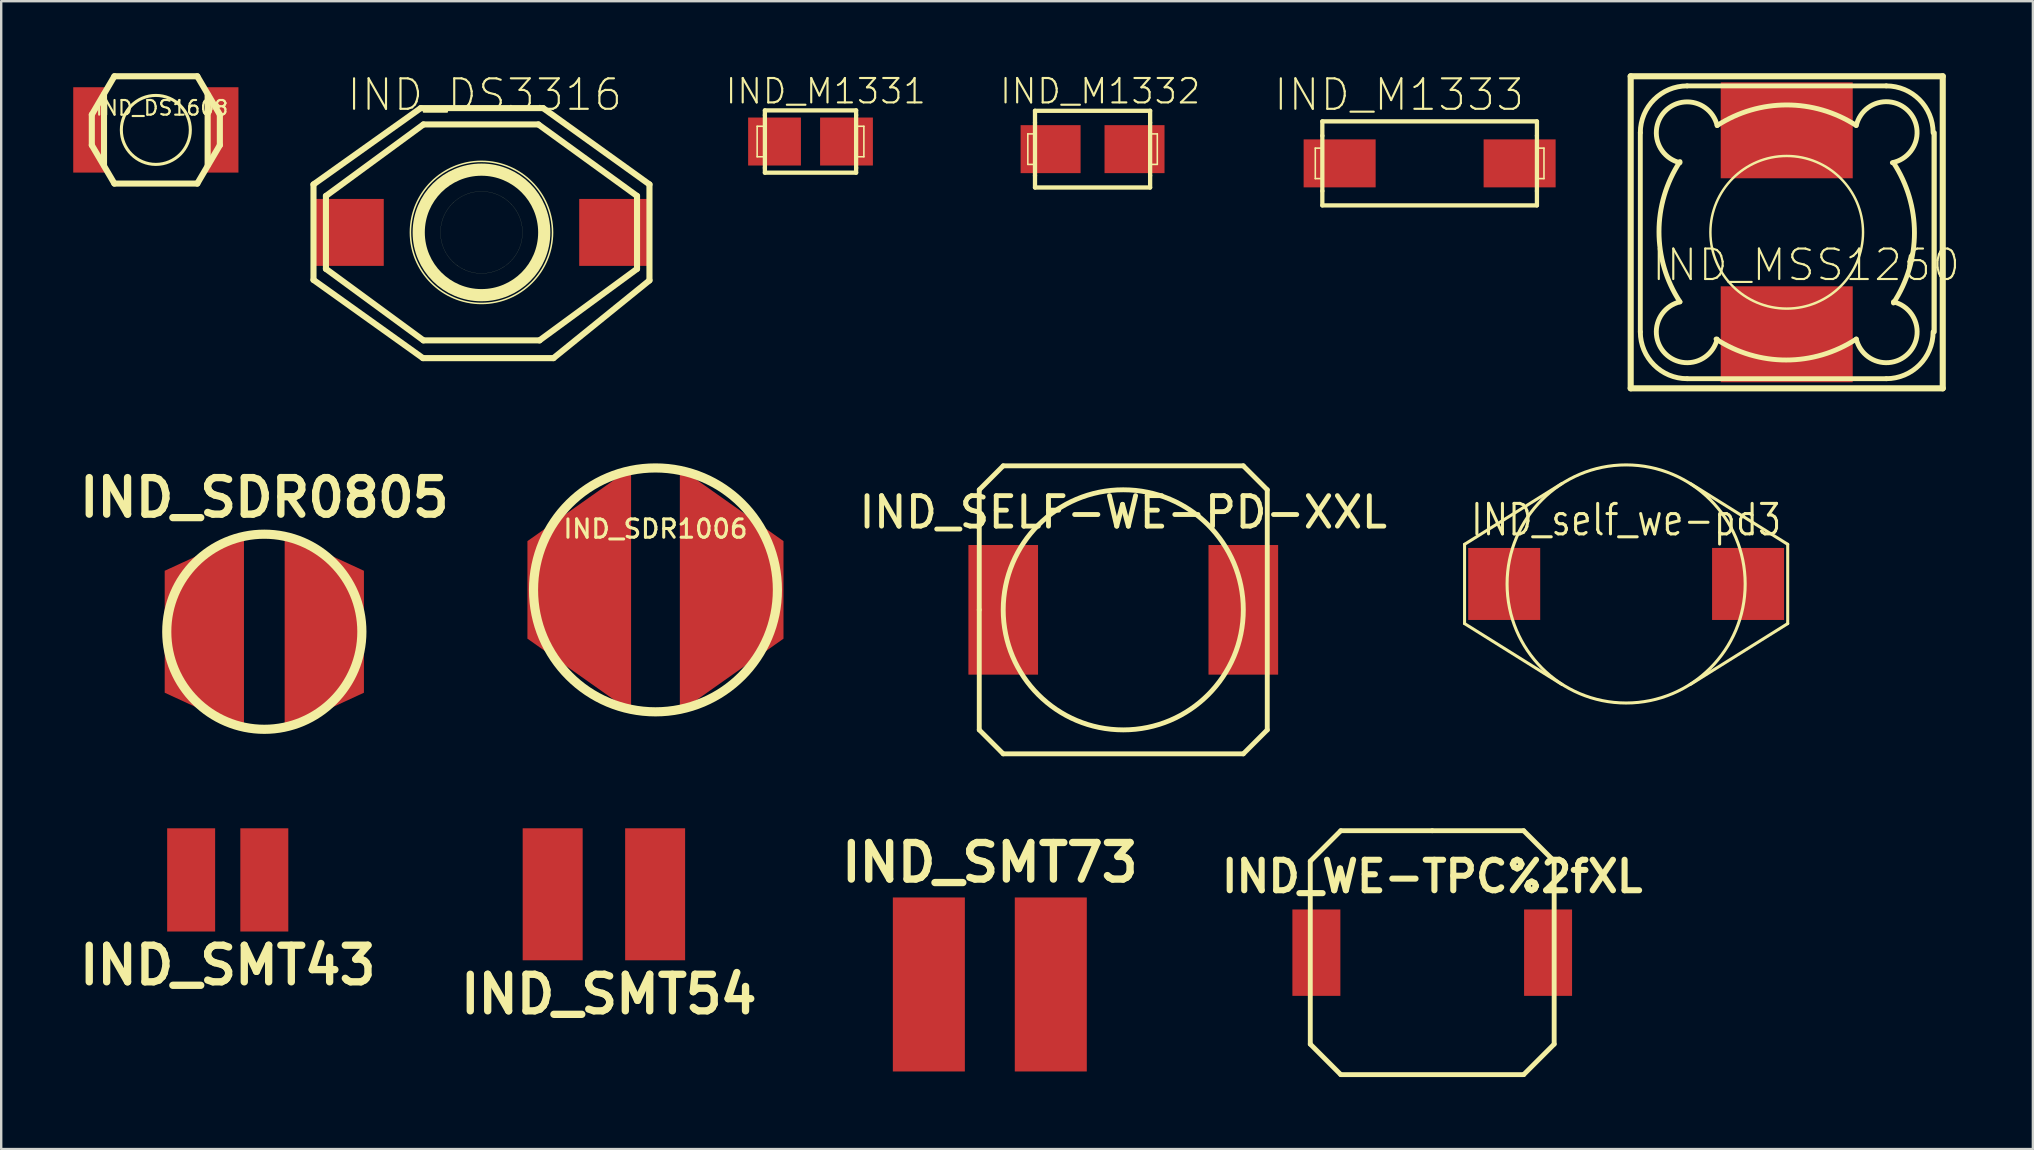
<source format=kicad_pcb>
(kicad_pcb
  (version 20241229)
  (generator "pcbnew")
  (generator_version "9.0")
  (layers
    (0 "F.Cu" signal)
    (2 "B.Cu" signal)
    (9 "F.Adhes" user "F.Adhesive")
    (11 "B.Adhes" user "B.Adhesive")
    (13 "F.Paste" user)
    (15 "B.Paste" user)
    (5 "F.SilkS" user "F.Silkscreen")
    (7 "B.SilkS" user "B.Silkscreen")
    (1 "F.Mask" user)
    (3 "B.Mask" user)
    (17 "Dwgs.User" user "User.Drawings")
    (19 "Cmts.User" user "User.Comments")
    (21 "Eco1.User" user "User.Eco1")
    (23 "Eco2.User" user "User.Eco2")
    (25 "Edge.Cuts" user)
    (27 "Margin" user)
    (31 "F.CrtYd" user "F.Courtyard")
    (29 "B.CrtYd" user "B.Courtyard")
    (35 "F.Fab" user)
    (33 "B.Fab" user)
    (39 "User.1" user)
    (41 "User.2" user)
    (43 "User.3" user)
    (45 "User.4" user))
  (footprint "IND_WE-TPC%2fXL"
    (layer "F.Cu")
    (at 56.615 36.637)
    (property "Reference" "IND_WE-TPC%2fXL" (at 0 -3.175 0) (layer "F.SilkS") (effects (font (size 1.27 1.27) (thickness 0.254))))
    (attr smd)
    (fp_line (start -5.08 -3.81) (end -3.81 -5.08) (stroke (width 0.203) (type solid)) (layer "F.SilkS"))
    (fp_line (start -5.08 3.81) (end -5.08 -3.81) (stroke (width 0.203) (type solid)) (layer "F.SilkS"))
    (fp_line (start -3.81 -5.08) (end 0 -5.08) (stroke (width 0.203) (type solid)) (layer "F.SilkS"))
    (fp_line (start -3.81 5.08) (end -5.08 3.81) (stroke (width 0.203) (type solid)) (layer "F.SilkS"))
    (fp_line (start 0 -5.08) (end 3.81 -5.08) (stroke (width 0.203) (type solid)) (layer "F.SilkS"))
    (fp_line (start 3.81 -5.08) (end 5.08 -3.81) (stroke (width 0.203) (type solid)) (layer "F.SilkS"))
    (fp_line (start 3.81 5.08) (end -3.81 5.08) (stroke (width 0.203) (type solid)) (layer "F.SilkS"))
    (fp_line (start 5.08 -3.81) (end 5.08 3.81) (stroke (width 0.203) (type solid)) (layer "F.SilkS"))
    (fp_line (start 5.08 3.81) (end 3.81 5.08) (stroke (width 0.203) (type solid)) (layer "F.SilkS"))
    (fp_text user "" (at 0 0 0) (layer "F.SilkS") (effects (font (size 1.016 1.016) (thickness 0.254))))
    (fp_text user "" (at 0 0 0) (layer "F.SilkS") (effects (font (size 1.016 1.016) (thickness 0.254))))
    (pad "1" smd rect (at -4.826 0) (size 1.999 3.599) (layers "F.Cu" "F.Mask" "F.Paste"))
    (pad "2" smd rect (at 4.826 0) (size 1.999 3.599) (layers "F.Cu" "F.Mask" "F.Paste")))
  (footprint "IND_SMT43"
    (layer "F.Cu")
    (at 6.437 33.606)
    (property "Reference" "IND_SMT43" (at 0 3.556 0) (layer "F.SilkS") (effects (font (size 1.524 1.524) (thickness 0.305))))
    (attr through_hole)
    (pad "1" smd rect (at -1.524 0) (size 1.999 4.3) (layers "F.Cu" "F.Mask" "F.Paste"))
    (pad "2" smd rect (at 1.524 0) (size 1.999 4.3) (layers "F.Cu" "F.Mask" "F.Paste")))
  (footprint "IND_DS3316"
    (layer "F.Cu")
    (at 17.008 6.632)
    (property "Reference" "IND_DS3316" (at 0.135 -5.733 0) (layer "F.SilkS") (effects (font (size 1.27 1.27) (thickness 0.089))))
    (attr smd)
    (fp_line (start -6.998 -1.999) (end -2.53 -5.179) (stroke (width 0.254) (type solid)) (layer "F.SilkS"))
    (fp_line (start -6.998 1.979) (end -6.998 -1.999) (stroke (width 0.254) (type solid)) (layer "F.SilkS"))
    (fp_line (start -6.48 -1.519) (end -2.418 -4.498) (stroke (width 0.254) (type solid)) (layer "F.SilkS"))
    (fp_line (start -6.48 1.519) (end -6.48 -1.519) (stroke (width 0.254) (type solid)) (layer "F.SilkS"))
    (fp_line (start -2.438 5.237) (end -6.998 1.979) (stroke (width 0.254) (type solid)) (layer "F.SilkS"))
    (fp_line (start -2.418 -4.498) (end 2.37 -4.498) (stroke (width 0.254) (type solid)) (layer "F.SilkS"))
    (fp_line (start -2.418 4.498) (end -6.48 1.519) (stroke (width 0.254) (type solid)) (layer "F.SilkS"))
    (fp_line (start 2.37 -4.498) (end 6.48 -1.519) (stroke (width 0.254) (type solid)) (layer "F.SilkS"))
    (fp_line (start 2.418 4.498) (end -2.418 4.498) (stroke (width 0.254) (type solid)) (layer "F.SilkS"))
    (fp_line (start 2.568 -5.179) (end -2.53 -5.179) (stroke (width 0.254) (type solid)) (layer "F.SilkS"))
    (fp_line (start 3 5.237) (end -2.438 5.237) (stroke (width 0.254) (type solid)) (layer "F.SilkS"))
    (fp_line (start 6.48 -1.519) (end 6.48 1.519) (stroke (width 0.254) (type solid)) (layer "F.SilkS"))
    (fp_line (start 6.48 1.519) (end 2.418 4.498) (stroke (width 0.254) (type solid)) (layer "F.SilkS"))
    (fp_line (start 6.998 -1.999) (end 2.568 -5.179) (stroke (width 0.254) (type solid)) (layer "F.SilkS"))
    (fp_line (start 6.998 1.999) (end 3 5.237) (stroke (width 0.254) (type solid)) (layer "F.SilkS"))
    (fp_line (start 6.998 1.999) (end 6.998 -1.999) (stroke (width 0.254) (type solid)) (layer "F.SilkS"))
    (fp_circle (center 0 0) (end -2.093 2.093) (stroke (width 0.064) (type solid)) (fill no) (layer "F.SilkS"))
    (fp_circle (center 0 0) (end -1.849 1.849) (stroke (width 0.508) (type solid)) (fill no) (layer "F.SilkS"))
    (fp_circle (center 0 0) (end -1.209 1.209) (stroke (width 0.003) (type solid)) (fill no) (layer "F.SilkS"))
    (pad "1" smd rect (at -5.53 0) (size 2.918 2.789) (layers "F.Cu" "F.Mask" "F.Paste"))
    (pad "2" smd rect (at 5.53 0) (size 2.918 2.789) (layers "F.Cu" "F.Mask" "F.Paste")))
  (footprint "IND_SMT73"
    (layer "F.Cu")
    (at 38.185 37.962)
    (property "Reference" "IND_SMT73" (at 0 -5.08 0) (layer "F.SilkS") (effects (font (size 1.524 1.524) (thickness 0.305))))
    (attr through_hole)
    (pad "1" smd rect (at -2.54 0) (size 3 7.249) (layers "F.Cu" "F.Mask" "F.Paste"))
    (pad "2" smd rect (at 2.54 0) (size 3 7.249) (layers "F.Cu" "F.Mask" "F.Paste")))
  (footprint "IND_M1333"
    (layer "F.Cu")
    (at 56.507 3.756)
    (property "Reference" "IND_M1333" (at -1.27 -2.857 0) (layer "F.SilkS") (effects (font (size 1.27 1.27) (thickness 0.089))))
    (attr smd)
    (fp_line (start -4.763 -0.635) (end -4.445 -0.635) (stroke (width 0.066) (type solid)) (layer "F.SilkS"))
    (fp_line (start -4.763 0.635) (end -4.763 -0.635) (stroke (width 0.066) (type solid)) (layer "F.SilkS"))
    (fp_line (start -4.763 0.635) (end -4.445 0.635) (stroke (width 0.066) (type solid)) (layer "F.SilkS"))
    (fp_line (start -4.47 -1.75) (end 4.47 -1.75) (stroke (width 0.178) (type solid)) (layer "F.SilkS"))
    (fp_line (start -4.47 -1.151) (end -4.47 -1.75) (stroke (width 0.178) (type solid)) (layer "F.SilkS"))
    (fp_line (start -4.47 1.151) (end -4.47 -1.151) (stroke (width 0.178) (type solid)) (layer "F.SilkS"))
    (fp_line (start -4.47 1.75) (end -4.47 1.151) (stroke (width 0.178) (type solid)) (layer "F.SilkS"))
    (fp_line (start -4.445 0.635) (end -4.445 -0.635) (stroke (width 0.066) (type solid)) (layer "F.SilkS"))
    (fp_line (start 4.445 -0.635) (end 4.763 -0.635) (stroke (width 0.066) (type solid)) (layer "F.SilkS"))
    (fp_line (start 4.445 0.635) (end 4.445 -0.635) (stroke (width 0.066) (type solid)) (layer "F.SilkS"))
    (fp_line (start 4.445 0.635) (end 4.763 0.635) (stroke (width 0.066) (type solid)) (layer "F.SilkS"))
    (fp_line (start 4.47 -1.75) (end 4.47 -1.151) (stroke (width 0.178) (type solid)) (layer "F.SilkS"))
    (fp_line (start 4.47 -1.151) (end 4.47 1.151) (stroke (width 0.178) (type solid)) (layer "F.SilkS"))
    (fp_line (start 4.47 1.151) (end 4.47 1.75) (stroke (width 0.178) (type solid)) (layer "F.SilkS"))
    (fp_line (start 4.47 1.75) (end -4.47 1.75) (stroke (width 0.178) (type solid)) (layer "F.SilkS"))
    (fp_line (start 4.763 0.635) (end 4.763 -0.635) (stroke (width 0.066) (type solid)) (layer "F.SilkS"))
    (pad "1" smd rect (at -3.749 0) (size 3 1.999) (layers "F.Cu" "F.Mask" "F.Paste"))
    (pad "2" smd rect (at 3.749 0) (size 3 1.999) (layers "F.Cu" "F.Mask" "F.Paste")))
  (footprint "IND_SDR1006"
    (layer "F.Cu")
    (at 24.256 21.524)
    (property "Reference" "IND_SDR1006" (at 0 -2.54 0) (layer "F.SilkS") (effects (font (size 0.762 0.762) (thickness 0.127))))
    (attr through_hole)
    (fp_circle (center 0 0) (end -5.08 0) (stroke (width 0.381) (type solid)) (fill no) (layer "F.SilkS"))
    (pad "1" smd trapezoid (at -3.175 0 180) (size 4.318 7.112) (rect_delta 3.048 0) (layers "F.Cu" "F.Mask" "F.Paste"))
    (pad "2" smd trapezoid (at 3.175 0) (size 4.318 7.112) (rect_delta 3.048 0) (layers "F.Cu" "F.Mask" "F.Paste")))
  (footprint "IND_DS1608"
    (layer "F.Cu")
    (at 3.442 2.362)
    (property "Reference" "IND_DS1608" (at 0.254 -0.914 0) (layer "F.SilkS") (effects (font (size 0.61 0.61) (thickness 0.089))))
    (attr smd)
    (fp_line (start -2.667 -0.635) (end -1.727 -2.235) (stroke (width 0.254) (type solid)) (layer "F.SilkS"))
    (fp_line (start -2.667 0.635) (end -2.667 -0.635) (stroke (width 0.254) (type solid)) (layer "F.SilkS"))
    (fp_line (start -2.159 1.473) (end -2.159 -1.473) (stroke (width 0.254) (type solid)) (layer "F.SilkS"))
    (fp_line (start -1.727 -2.235) (end 1.727 -2.235) (stroke (width 0.254) (type solid)) (layer "F.SilkS"))
    (fp_line (start -1.727 2.235) (end -2.667 0.635) (stroke (width 0.254) (type solid)) (layer "F.SilkS"))
    (fp_line (start 1.727 -2.235) (end 2.667 -0.635) (stroke (width 0.254) (type solid)) (layer "F.SilkS"))
    (fp_line (start 1.727 2.235) (end -1.727 2.235) (stroke (width 0.254) (type solid)) (layer "F.SilkS"))
    (fp_line (start 2.159 -1.473) (end 2.159 1.473) (stroke (width 0.254) (type solid)) (layer "F.SilkS"))
    (fp_line (start 2.667 -0.635) (end 2.667 0.635) (stroke (width 0.254) (type solid)) (layer "F.SilkS"))
    (fp_line (start 2.667 0) (end 2.667 0.635) (stroke (width 0.003) (type solid)) (layer "F.SilkS"))
    (fp_line (start 2.667 0.635) (end 1.727 2.235) (stroke (width 0.254) (type solid)) (layer "F.SilkS"))
    (fp_circle (center 0 0) (end -1.016 1.016) (stroke (width 0.127) (type solid)) (fill no) (layer "F.SilkS"))
    (pad "1" smd rect (at -2.743 0) (size 1.397 3.556) (layers "F.Cu" "F.Mask" "F.Paste"))
    (pad "2" smd rect (at 2.743 0) (size 1.397 3.556) (layers "F.Cu" "F.Mask" "F.Paste")))
  (footprint "IND_SELF-WE-PD-XXL"
    (layer "F.Cu")
    (at 43.744 22.355)
    (property "Reference" "IND_SELF-WE-PD-XXL" (at 0 -4.064 0) (layer "F.SilkS") (effects (font (size 1.27 1.27) (thickness 0.203))))
    (attr smd)
    (fp_line (start -5.999 -5.001) (end -5.001 -5.999) (stroke (width 0.203) (type solid)) (layer "F.SilkS"))
    (fp_line (start -5.999 0) (end -5.999 -5.001) (stroke (width 0.203) (type solid)) (layer "F.SilkS"))
    (fp_line (start -5.999 5.001) (end -5.999 0) (stroke (width 0.203) (type solid)) (layer "F.SilkS"))
    (fp_line (start -5.001 -5.999) (end 5.001 -5.999) (stroke (width 0.203) (type solid)) (layer "F.SilkS"))
    (fp_line (start -5.001 5.999) (end -5.999 5.001) (stroke (width 0.203) (type solid)) (layer "F.SilkS"))
    (fp_line (start 5.001 -5.999) (end 5.999 -5.001) (stroke (width 0.203) (type solid)) (layer "F.SilkS"))
    (fp_line (start 5.001 5.999) (end -5.001 5.999) (stroke (width 0.203) (type solid)) (layer "F.SilkS"))
    (fp_line (start 5.999 -5.001) (end 5.999 5.001) (stroke (width 0.203) (type solid)) (layer "F.SilkS"))
    (fp_line (start 5.999 5.001) (end 5.001 5.999) (stroke (width 0.203) (type solid)) (layer "F.SilkS"))
    (fp_circle (center 0 0) (end 0 -5.001) (stroke (width 0.203) (type solid)) (fill no) (layer "F.SilkS"))
    (fp_text user "" (at 0 0 0) (layer "F.SilkS") (effects (font (size 1.016 1.016) (thickness 0.254))))
    (fp_text user "" (at 0 0 0) (layer "F.SilkS") (effects (font (size 1.016 1.016) (thickness 0.254))))
    (pad "1" smd rect (at -5.001 0) (size 2.901 5.4) (layers "F.Cu" "F.Mask" "F.Paste"))
    (pad "2" smd rect (at 5.001 0) (size 2.901 5.4) (layers "F.Cu" "F.Mask" "F.Paste")))
  (footprint "IND_SDR0805"
    (layer "F.Cu")
    (at 7.961 23.268)
    (property "Reference" "IND_SDR0805" (at 0 -5.588 0) (layer "F.SilkS") (effects (font (size 1.524 1.524) (thickness 0.305))))
    (attr through_hole)
    (fp_circle (center 0 0) (end -4.064 0) (stroke (width 0.381) (type solid)) (fill no) (layer "F.SilkS"))
    (pad "1" smd trapezoid (at 2.499 0) (size 3.302 6.604) (rect_delta 1.524 0) (layers "F.Cu" "F.Mask" "F.Paste"))
    (pad "2" smd trapezoid (at -2.499 0 180) (size 3.302 6.604) (rect_delta 1.524 0) (layers "F.Cu" "F.Mask" "F.Paste")))
  (footprint "IND_M1331"
    (layer "F.Cu")
    (at 30.715 2.846)
    (property "Reference" "IND_M1331" (at 0.635 -2.095 0) (layer "F.SilkS") (effects (font (size 1.016 1.016) (thickness 0.089))))
    (attr smd)
    (fp_line (start -2.223 -0.635) (end -1.905 -0.635) (stroke (width 0.066) (type solid)) (layer "F.SilkS"))
    (fp_line (start -2.223 0.635) (end -2.223 -0.635) (stroke (width 0.066) (type solid)) (layer "F.SilkS"))
    (fp_line (start -2.223 0.635) (end -1.905 0.635) (stroke (width 0.066) (type solid)) (layer "F.SilkS"))
    (fp_line (start -1.905 0.635) (end -1.905 -0.635) (stroke (width 0.066) (type solid)) (layer "F.SilkS"))
    (fp_line (start -1.9 -1.298) (end 1.9 -1.298) (stroke (width 0.178) (type solid)) (layer "F.SilkS"))
    (fp_line (start -1.9 -1.1) (end -1.9 -1.298) (stroke (width 0.178) (type solid)) (layer "F.SilkS"))
    (fp_line (start -1.9 1.1) (end -1.9 -1.1) (stroke (width 0.178) (type solid)) (layer "F.SilkS"))
    (fp_line (start -1.9 1.298) (end -1.9 1.1) (stroke (width 0.178) (type solid)) (layer "F.SilkS"))
    (fp_line (start 1.9 -1.298) (end 1.9 -1.1) (stroke (width 0.178) (type solid)) (layer "F.SilkS"))
    (fp_line (start 1.9 -1.1) (end 1.9 1.1) (stroke (width 0.178) (type solid)) (layer "F.SilkS"))
    (fp_line (start 1.9 1.1) (end 1.9 1.298) (stroke (width 0.178) (type solid)) (layer "F.SilkS"))
    (fp_line (start 1.9 1.298) (end -1.9 1.298) (stroke (width 0.178) (type solid)) (layer "F.SilkS"))
    (fp_line (start 1.905 -0.635) (end 2.223 -0.635) (stroke (width 0.066) (type solid)) (layer "F.SilkS"))
    (fp_line (start 1.905 0.635) (end 1.905 -0.635) (stroke (width 0.066) (type solid)) (layer "F.SilkS"))
    (fp_line (start 1.905 0.635) (end 2.223 0.635) (stroke (width 0.066) (type solid)) (layer "F.SilkS"))
    (fp_line (start 2.223 0.635) (end 2.223 -0.635) (stroke (width 0.066) (type solid)) (layer "F.SilkS"))
    (pad "1" smd rect (at -1.499 0) (size 2.2 1.999) (layers "F.Cu" "F.Mask" "F.Paste"))
    (pad "2" smd rect (at 1.499 0) (size 2.2 1.999) (layers "F.Cu" "F.Mask" "F.Paste")))
  (footprint "IND_self_we-pd3"
    (layer "F.Cu")
    (at 64.693 21.277)
    (property "Reference" "IND_self_we-pd3" (at 0 -2.667 0) (layer "F.SilkS") (effects (font (size 1.27 1.016) (thickness 0.127))))
    (attr smd)
    (fp_line (start -6.731 -1.651) (end -6.731 1.651) (stroke (width 0.127) (type solid)) (layer "F.SilkS"))
    (fp_line (start -6.731 -1.651) (end -2.667 -4.191) (stroke (width 0.127) (type solid)) (layer "F.SilkS"))
    (fp_line (start -6.731 1.651) (end -2.667 4.191) (stroke (width 0.127) (type solid)) (layer "F.SilkS"))
    (fp_line (start 6.731 -1.651) (end 2.667 -4.191) (stroke (width 0.127) (type solid)) (layer "F.SilkS"))
    (fp_line (start 6.731 -1.651) (end 6.731 1.651) (stroke (width 0.127) (type solid)) (layer "F.SilkS"))
    (fp_line (start 6.731 1.651) (end 2.667 4.191) (stroke (width 0.127) (type solid)) (layer "F.SilkS"))
    (fp_circle (center 0 0) (end 0.254 -4.953) (stroke (width 0.127) (type solid)) (fill no) (layer "F.SilkS"))
    (pad "1" smd rect (at -5.08 0) (size 3 3) (layers "F.Cu" "F.Mask" "F.Paste"))
    (pad "2" smd rect (at 5.08 0) (size 3 3) (layers "F.Cu" "F.Mask" "F.Paste")))
  (footprint "IND_MSS1260"
    (layer "F.Cu")
    (at 71.383 6.627)
    (property "Reference" "IND_MSS1260" (at 0.808 1.364 0) (layer "F.SilkS") (effects (font (size 1.27 1.27) (thickness 0.089))))
    (attr smd)
    (fp_line (start -6.5 -6.5) (end 6.5 -6.5) (stroke (width 0.254) (type solid)) (layer "F.SilkS"))
    (fp_line (start -6.5 6.5) (end -6.5 -6.5) (stroke (width 0.254) (type solid)) (layer "F.SilkS"))
    (fp_line (start -6.149 4.148) (end -6.149 -4.148) (stroke (width 0.003) (type solid)) (layer "F.SilkS"))
    (fp_line (start -6.099 4.148) (end -6.099 -4.148) (stroke (width 0.203) (type solid)) (layer "F.SilkS"))
    (fp_line (start -4.148 -6.149) (end 4.148 -6.149) (stroke (width 0.003) (type solid)) (layer "F.SilkS"))
    (fp_line (start -4.148 -6.099) (end 4.148 -6.099) (stroke (width 0.203) (type solid)) (layer "F.SilkS"))
    (fp_line (start 4.148 6.099) (end -4.148 6.099) (stroke (width 0.203) (type solid)) (layer "F.SilkS"))
    (fp_line (start 4.148 6.149) (end -4.148 6.149) (stroke (width 0.003) (type solid)) (layer "F.SilkS"))
    (fp_line (start 6.099 -4.148) (end 6.099 4.148) (stroke (width 0.127) (type solid)) (layer "F.SilkS"))
    (fp_line (start 6.149 -4.148) (end 6.149 4.148) (stroke (width 0.203) (type solid)) (layer "F.SilkS"))
    (fp_line (start 6.5 -6.5) (end 6.5 6.5) (stroke (width 0.254) (type solid)) (layer "F.SilkS"))
    (fp_line (start 6.5 6.5) (end -6.5 6.5) (stroke (width 0.254) (type solid)) (layer "F.SilkS"))
    (fp_arc (start -6.09854 -4.14782) (mid -5.527187 -5.527187) (end -4.14782 -6.09854) (stroke (width 0.2032) (type solid)) (layer "F.SilkS"))
    (fp_arc (start -4.44754 -2.89814) (mid -5.056744 -5.056329) (end -2.898277 -4.44811) (stroke (width 0.2032) (type solid)) (layer "F.SilkS"))
    (fp_arc (start -4.44754 2.89814) (mid -5.320982 -0.023268) (end -4.447092 -2.944541) (stroke (width 0.2032) (type solid)) (layer "F.SilkS"))
    (fp_arc (start -4.14782 6.09854) (mid -5.527187 5.527187) (end -6.09854 4.14782) (stroke (width 0.2032) (type solid)) (layer "F.SilkS"))
    (fp_arc (start -2.89814 -4.44754) (mid -0.005129 -5.304772) (end 2.889527 -4.453112) (stroke (width 0.2032) (type solid)) (layer "F.SilkS"))
    (fp_arc (start -2.89814 4.44754) (mid -5.056329 5.056744) (end -4.44811 2.898277) (stroke (width 0.2032) (type solid)) (layer "F.SilkS"))
    (fp_arc (start 2.89814 -4.44754) (mid 5.068176 -5.051562) (end 4.400371 -2.900298) (stroke (width 0.2032) (type solid)) (layer "F.SilkS"))
    (fp_arc (start 2.89814 4.44754) (mid -0.023268 5.320982) (end -2.944541 4.447092) (stroke (width 0.2032) (type solid)) (layer "F.SilkS"))
    (fp_arc (start 4.14782 -6.09854) (mid 5.527187 -5.527187) (end 6.09854 -4.14782) (stroke (width 0.2032) (type solid)) (layer "F.SilkS"))
    (fp_arc (start 4.44754 -2.89814) (mid 5.320982 0.023268) (end 4.447092 2.944541) (stroke (width 0.2032) (type solid)) (layer "F.SilkS"))
    (fp_arc (start 4.44754 2.89814) (mid 5.056744 5.056329) (end 2.898277 4.44811) (stroke (width 0.2032) (type solid)) (layer "F.SilkS"))
    (fp_arc (start 6.09854 4.14782) (mid 5.527187 5.527187) (end 4.14782 6.09854) (stroke (width 0.2032) (type solid)) (layer "F.SilkS"))
    (fp_circle (center 0 0) (end -2.248 2.248) (stroke (width 0.102) (type solid)) (fill no) (layer "F.SilkS"))
    (pad "1" smd rect (at 0 -4.249) (size 5.499 3.998) (layers "F.Cu" "F.Mask" "F.Paste"))
    (pad "2" smd rect (at 0 4.249) (size 5.499 3.998) (layers "F.Cu" "F.Mask" "F.Paste")))
  (footprint "IND_SMT54"
    (layer "F.Cu")
    (at 22.108 34.205)
    (property "Reference" "IND_SMT54" (at 0.203 4.166 0) (layer "F.SilkS") (effects (font (size 1.524 1.524) (thickness 0.305))))
    (attr through_hole)
    (pad "1" smd rect (at -2.134 0) (size 2.499 5.499) (layers "F.Cu" "F.Mask" "F.Paste"))
    (pad "2" smd rect (at 2.134 0) (size 2.499 5.499) (layers "F.Cu" "F.Mask" "F.Paste")))
  (footprint "IND_M1332"
    (layer "F.Cu")
    (at 42.465 3.163)
    (property "Reference" "IND_M1332" (at 0.318 -2.413 0) (layer "F.SilkS") (effects (font (size 1.016 1.016) (thickness 0.089))))
    (attr smd)
    (fp_line (start -2.697 -0.635) (end -2.38 -0.635) (stroke (width 0.066) (type solid)) (layer "F.SilkS"))
    (fp_line (start -2.697 0.635) (end -2.697 -0.635) (stroke (width 0.066) (type solid)) (layer "F.SilkS"))
    (fp_line (start -2.697 0.635) (end -2.38 0.635) (stroke (width 0.066) (type solid)) (layer "F.SilkS"))
    (fp_line (start -2.398 -1.598) (end 2.398 -1.598) (stroke (width 0.178) (type solid)) (layer "F.SilkS"))
    (fp_line (start -2.398 -1.1) (end -2.398 -1.598) (stroke (width 0.178) (type solid)) (layer "F.SilkS"))
    (fp_line (start -2.398 1.1) (end -2.398 -1.1) (stroke (width 0.178) (type solid)) (layer "F.SilkS"))
    (fp_line (start -2.398 1.598) (end -2.398 1.1) (stroke (width 0.178) (type solid)) (layer "F.SilkS"))
    (fp_line (start -2.38 0.635) (end -2.38 -0.635) (stroke (width 0.066) (type solid)) (layer "F.SilkS"))
    (fp_line (start 2.38 -0.635) (end 2.697 -0.635) (stroke (width 0.066) (type solid)) (layer "F.SilkS"))
    (fp_line (start 2.38 0.635) (end 2.38 -0.635) (stroke (width 0.066) (type solid)) (layer "F.SilkS"))
    (fp_line (start 2.38 0.635) (end 2.697 0.635) (stroke (width 0.066) (type solid)) (layer "F.SilkS"))
    (fp_line (start 2.398 -1.598) (end 2.398 -1.1) (stroke (width 0.178) (type solid)) (layer "F.SilkS"))
    (fp_line (start 2.398 -1.1) (end 2.398 1.1) (stroke (width 0.178) (type solid)) (layer "F.SilkS"))
    (fp_line (start 2.398 1.1) (end 2.398 1.598) (stroke (width 0.178) (type solid)) (layer "F.SilkS"))
    (fp_line (start 2.398 1.598) (end -2.398 1.598) (stroke (width 0.178) (type solid)) (layer "F.SilkS"))
    (fp_line (start 2.697 0.635) (end 2.697 -0.635) (stroke (width 0.066) (type solid)) (layer "F.SilkS"))
    (pad "1" smd rect (at -1.748 0) (size 2.499 1.999) (layers "F.Cu" "F.Mask" "F.Paste"))
    (pad "2" smd rect (at 1.748 0) (size 2.499 1.999) (layers "F.Cu" "F.Mask" "F.Paste")))
  (gr_rect
    (start -3 -3)
    (end 81.638 44.819)
    (stroke (width 0.1) (type default))
    (fill no)
    (layer "Edge.Cuts")))
</source>
